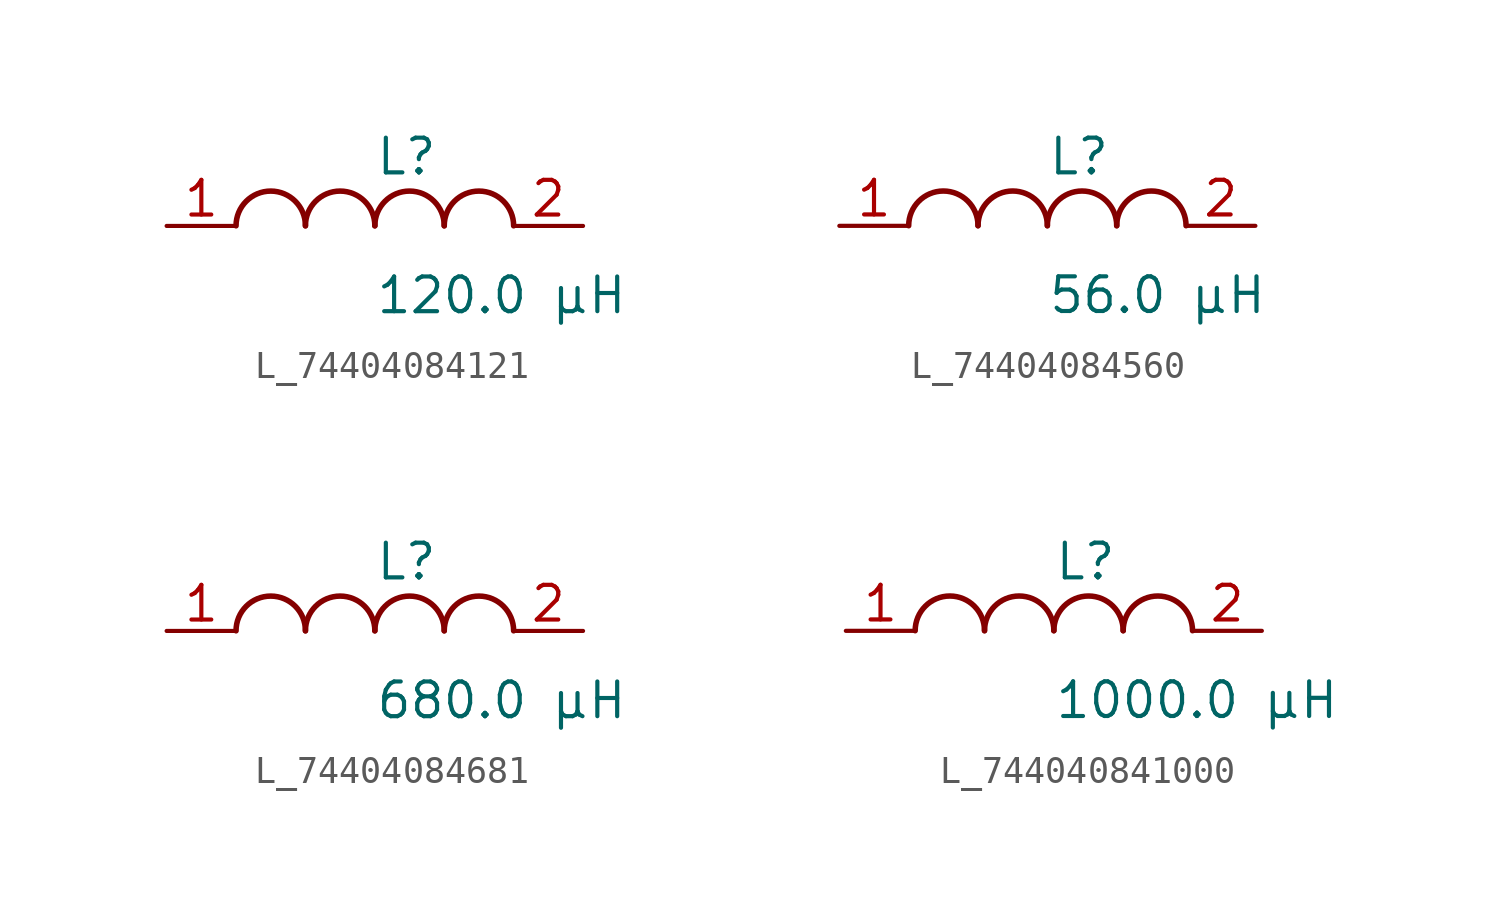
<source format=kicad_sym>
(kicad_symbol_lib
  (version 20231120)
  (generator kicad_symbol_editor)
  (generator_version 8.0)
  (symbol "L_74404084121"
    (pin_names
      (offset 0.254))
    (property "Reference" "L"
      (at 0.0 2.54 0)
      (effects (font (size 1.27 1.27)) (justify left)))
    (property "Value" "120.0 µH"
      (at 0.0 -2.54 0)
      (effects (font (size 1.27 1.27)) (justify left)))
    (symbol "L_74404084121_1_1"
      (arc (start -2.54 0.0056) (mid -3.81 1.27) (end -5.08 0.0056) (stroke (width 0.2032) (type default)) (fill (type none)))
      (arc (start 0 0.0056) (mid -1.27 1.27) (end -2.54 0.0056) (stroke (width 0.2032) (type default)) (fill (type none)))
      (arc (start 2.54 0.0056) (mid 1.27 1.27) (end 0 0.0056) (stroke (width 0.2032) (type default)) (fill (type none)))
      (arc (start 5.08 0.0056) (mid 3.81 1.27) (end 2.54 0.0056) (stroke (width 0.2032) (type default)) (fill (type none)))
      (pin unspecified line (at -7.62 0 0) (length 2.54) (name "" (effects (font (size 1.27 1.27)))) (number "1" (effects (font (size 1.27 1.27)))))
      (pin unspecified line (at 7.62 0 180) (length 2.54) (name "" (effects (font (size 1.27 1.27)))) (number "2" (effects (font (size 1.27 1.27)))))))
  (symbol "L_74404084560"
    (pin_names
      (offset 0.254))
    (property "Reference" "L"
      (at 0.0 2.54 0)
      (effects (font (size 1.27 1.27)) (justify left)))
    (property "Value" "56.0 µH"
      (at 0.0 -2.54 0)
      (effects (font (size 1.27 1.27)) (justify left)))
    (symbol "L_74404084560_1_1"
      (arc (start -2.54 0.0056) (mid -3.81 1.27) (end -5.08 0.0056) (stroke (width 0.2032) (type default)) (fill (type none)))
      (arc (start 0 0.0056) (mid -1.27 1.27) (end -2.54 0.0056) (stroke (width 0.2032) (type default)) (fill (type none)))
      (arc (start 2.54 0.0056) (mid 1.27 1.27) (end 0 0.0056) (stroke (width 0.2032) (type default)) (fill (type none)))
      (arc (start 5.08 0.0056) (mid 3.81 1.27) (end 2.54 0.0056) (stroke (width 0.2032) (type default)) (fill (type none)))
      (pin unspecified line (at -7.62 0 0) (length 2.54) (name "" (effects (font (size 1.27 1.27)))) (number "1" (effects (font (size 1.27 1.27)))))
      (pin unspecified line (at 7.62 0 180) (length 2.54) (name "" (effects (font (size 1.27 1.27)))) (number "2" (effects (font (size 1.27 1.27)))))))
  (symbol "L_74404084681"
    (pin_names
      (offset 0.254))
    (property "Reference" "L"
      (at 0.0 2.54 0)
      (effects (font (size 1.27 1.27)) (justify left)))
    (property "Value" "680.0 µH"
      (at 0.0 -2.54 0)
      (effects (font (size 1.27 1.27)) (justify left)))
    (symbol "L_74404084681_1_1"
      (arc (start -2.54 0.0056) (mid -3.81 1.27) (end -5.08 0.0056) (stroke (width 0.2032) (type default)) (fill (type none)))
      (arc (start 0 0.0056) (mid -1.27 1.27) (end -2.54 0.0056) (stroke (width 0.2032) (type default)) (fill (type none)))
      (arc (start 2.54 0.0056) (mid 1.27 1.27) (end 0 0.0056) (stroke (width 0.2032) (type default)) (fill (type none)))
      (arc (start 5.08 0.0056) (mid 3.81 1.27) (end 2.54 0.0056) (stroke (width 0.2032) (type default)) (fill (type none)))
      (pin unspecified line (at -7.62 0 0) (length 2.54) (name "" (effects (font (size 1.27 1.27)))) (number "1" (effects (font (size 1.27 1.27)))))
      (pin unspecified line (at 7.62 0 180) (length 2.54) (name "" (effects (font (size 1.27 1.27)))) (number "2" (effects (font (size 1.27 1.27)))))))
  (symbol "L_744040841000"
    (pin_names
      (offset 0.254))
    (property "Reference" "L"
      (at 0.0 2.54 0)
      (effects (font (size 1.27 1.27)) (justify left)))
    (property "Value" "1000.0 µH"
      (at 0.0 -2.54 0)
      (effects (font (size 1.27 1.27)) (justify left)))
    (symbol "L_744040841000_1_1"
      (arc (start -2.54 0.0056) (mid -3.81 1.27) (end -5.08 0.0056) (stroke (width 0.2032) (type default)) (fill (type none)))
      (arc (start 0 0.0056) (mid -1.27 1.27) (end -2.54 0.0056) (stroke (width 0.2032) (type default)) (fill (type none)))
      (arc (start 2.54 0.0056) (mid 1.27 1.27) (end 0 0.0056) (stroke (width 0.2032) (type default)) (fill (type none)))
      (arc (start 5.08 0.0056) (mid 3.81 1.27) (end 2.54 0.0056) (stroke (width 0.2032) (type default)) (fill (type none)))
      (pin unspecified line (at -7.62 0 0) (length 2.54) (name "" (effects (font (size 1.27 1.27)))) (number "1" (effects (font (size 1.27 1.27)))))
      (pin unspecified line (at 7.62 0 180) (length 2.54) (name "" (effects (font (size 1.27 1.27)))) (number "2" (effects (font (size 1.27 1.27))))))))
</source>
